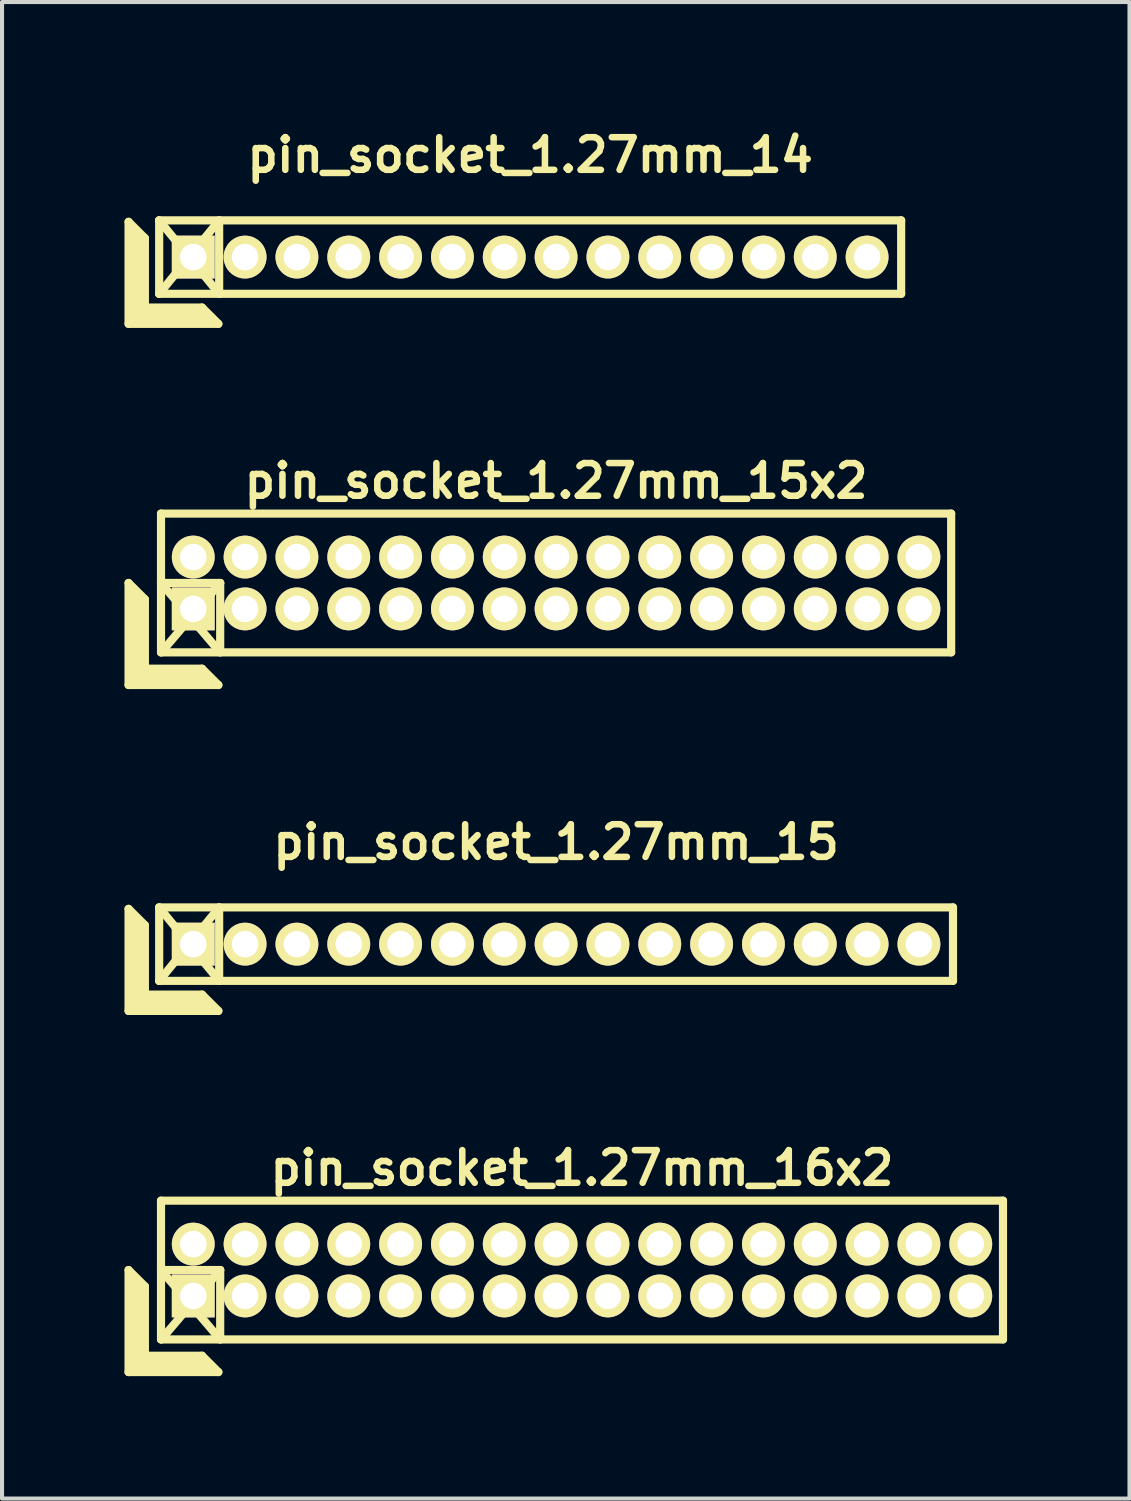
<source format=kicad_pcb>
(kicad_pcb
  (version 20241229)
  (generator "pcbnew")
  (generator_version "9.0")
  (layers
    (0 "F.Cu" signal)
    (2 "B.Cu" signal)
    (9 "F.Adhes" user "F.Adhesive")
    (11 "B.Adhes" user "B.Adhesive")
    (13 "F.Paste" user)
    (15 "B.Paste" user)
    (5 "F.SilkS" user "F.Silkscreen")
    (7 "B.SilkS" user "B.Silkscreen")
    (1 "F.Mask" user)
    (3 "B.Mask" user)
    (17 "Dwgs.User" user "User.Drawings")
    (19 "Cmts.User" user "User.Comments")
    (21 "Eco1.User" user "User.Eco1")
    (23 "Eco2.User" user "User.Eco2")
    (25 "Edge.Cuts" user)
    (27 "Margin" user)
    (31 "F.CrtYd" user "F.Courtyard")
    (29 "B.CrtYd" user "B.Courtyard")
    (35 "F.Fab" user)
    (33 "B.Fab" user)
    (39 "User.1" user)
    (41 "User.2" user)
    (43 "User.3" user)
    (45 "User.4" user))
  (footprint "pin_socket_1.27mm_16x2"
    (layer "F.Cu")
    (at 11.21 28.068)
    (property "Reference" "pin_socket_1.27mm_16x2" (at 0 -2.5 0) (layer "F.SilkS") (effects (font (size 0.8 0.8) (thickness 0.16))))
    (attr through_hole)
    (fp_line (start -11.11 0) (end -11.11 2.5) (stroke (width 0.2) (type solid)) (layer "F.SilkS"))
    (fp_line (start -11.11 0) (end -10.71 0.4) (stroke (width 0.2) (type solid)) (layer "F.SilkS"))
    (fp_line (start -11.11 2.5) (end -8.91 2.5) (stroke (width 0.2) (type solid)) (layer "F.SilkS"))
    (fp_line (start -11.01 2.4) (end -11.01 0.2) (stroke (width 0.2) (type solid)) (layer "F.SilkS"))
    (fp_line (start -11.01 2.4) (end -9.11 2.4) (stroke (width 0.2) (type solid)) (layer "F.SilkS"))
    (fp_line (start -10.91 2.3) (end -10.91 0.3) (stroke (width 0.2) (type solid)) (layer "F.SilkS"))
    (fp_line (start -10.91 2.3) (end -9.21 2.3) (stroke (width 0.2) (type solid)) (layer "F.SilkS"))
    (fp_line (start -10.81 2.2) (end -10.81 0.4) (stroke (width 0.2) (type solid)) (layer "F.SilkS"))
    (fp_line (start -10.81 2.2) (end -9.31 2.2) (stroke (width 0.2) (type solid)) (layer "F.SilkS"))
    (fp_line (start -10.71 2.1) (end -10.71 0.4) (stroke (width 0.2) (type solid)) (layer "F.SilkS"))
    (fp_line (start -10.71 2.1) (end -9.31 2.1) (stroke (width 0.2) (type solid)) (layer "F.SilkS"))
    (fp_line (start -10.315 -1.7) (end 10.315 -1.7) (stroke (width 0.2) (type solid)) (layer "F.SilkS"))
    (fp_line (start -10.315 0) (end -8.865 0) (stroke (width 0.2) (type solid)) (layer "F.SilkS"))
    (fp_line (start -10.315 0) (end -8.865 1.7) (stroke (width 0.2) (type solid)) (layer "F.SilkS"))
    (fp_line (start -10.315 1.7) (end -10.315 -1.7) (stroke (width 0.2) (type solid)) (layer "F.SilkS"))
    (fp_line (start -9.31 2.1) (end -8.91 2.5) (stroke (width 0.2) (type solid)) (layer "F.SilkS"))
    (fp_line (start -8.865 0) (end -10.31 1.7) (stroke (width 0.2) (type solid)) (layer "F.SilkS"))
    (fp_line (start -8.865 0) (end -8.865 1.7) (stroke (width 0.2) (type solid)) (layer "F.SilkS"))
    (fp_line (start 10.315 -1.7) (end 10.315 1.7) (stroke (width 0.2) (type solid)) (layer "F.SilkS"))
    (fp_line (start 10.315 1.7) (end -10.315 1.7) (stroke (width 0.2) (type solid)) (layer "F.SilkS"))
    (pad "1" thru_hole rect (at -9.525 0.635) (size 1.05 1.05) (drill 0.65) (layers "*.Cu" "*.Mask" "F.SilkS"))
    (pad "2" thru_hole oval (at -9.525 -0.635) (size 1.05 1.05) (drill 0.65) (layers "*.Cu" "*.Mask" "F.SilkS"))
    (pad "3" thru_hole oval (at -8.255 0.635) (size 1.05 1.05) (drill 0.65) (layers "*.Cu" "*.Mask" "F.SilkS"))
    (pad "4" thru_hole oval (at -8.255 -0.635) (size 1.05 1.05) (drill 0.65) (layers "*.Cu" "*.Mask" "F.SilkS"))
    (pad "5" thru_hole oval (at -6.985 0.635) (size 1.05 1.05) (drill 0.65) (layers "*.Cu" "*.Mask" "F.SilkS"))
    (pad "6" thru_hole oval (at -6.985 -0.635) (size 1.05 1.05) (drill 0.65) (layers "*.Cu" "*.Mask" "F.SilkS"))
    (pad "7" thru_hole oval (at -5.715 0.635) (size 1.05 1.05) (drill 0.65) (layers "*.Cu" "*.Mask" "F.SilkS"))
    (pad "8" thru_hole oval (at -5.715 -0.635) (size 1.05 1.05) (drill 0.65) (layers "*.Cu" "*.Mask" "F.SilkS"))
    (pad "9" thru_hole oval (at -4.445 0.635) (size 1.05 1.05) (drill 0.65) (layers "*.Cu" "*.Mask" "F.SilkS"))
    (pad "10" thru_hole oval (at -4.445 -0.635) (size 1.05 1.05) (drill 0.65) (layers "*.Cu" "*.Mask" "F.SilkS"))
    (pad "11" thru_hole oval (at -3.175 0.635) (size 1.05 1.05) (drill 0.65) (layers "*.Cu" "*.Mask" "F.SilkS"))
    (pad "12" thru_hole oval (at -3.175 -0.635) (size 1.05 1.05) (drill 0.65) (layers "*.Cu" "*.Mask" "F.SilkS"))
    (pad "13" thru_hole oval (at -1.905 0.635) (size 1.05 1.05) (drill 0.65) (layers "*.Cu" "*.Mask" "F.SilkS"))
    (pad "14" thru_hole oval (at -1.905 -0.635) (size 1.05 1.05) (drill 0.65) (layers "*.Cu" "*.Mask" "F.SilkS"))
    (pad "15" thru_hole oval (at -0.635 0.635) (size 1.05 1.05) (drill 0.65) (layers "*.Cu" "*.Mask" "F.SilkS"))
    (pad "16" thru_hole oval (at -0.635 -0.635) (size 1.05 1.05) (drill 0.65) (layers "*.Cu" "*.Mask" "F.SilkS"))
    (pad "17" thru_hole oval (at 0.635 0.635) (size 1.05 1.05) (drill 0.65) (layers "*.Cu" "*.Mask" "F.SilkS"))
    (pad "18" thru_hole oval (at 0.635 -0.635) (size 1.05 1.05) (drill 0.65) (layers "*.Cu" "*.Mask" "F.SilkS"))
    (pad "19" thru_hole oval (at 1.905 0.635) (size 1.05 1.05) (drill 0.65) (layers "*.Cu" "*.Mask" "F.SilkS"))
    (pad "20" thru_hole oval (at 1.905 -0.635) (size 1.05 1.05) (drill 0.65) (layers "*.Cu" "*.Mask" "F.SilkS"))
    (pad "21" thru_hole oval (at 3.175 0.635) (size 1.05 1.05) (drill 0.65) (layers "*.Cu" "*.Mask" "F.SilkS"))
    (pad "22" thru_hole oval (at 3.175 -0.635) (size 1.05 1.05) (drill 0.65) (layers "*.Cu" "*.Mask" "F.SilkS"))
    (pad "23" thru_hole oval (at 4.445 0.635) (size 1.05 1.05) (drill 0.65) (layers "*.Cu" "*.Mask" "F.SilkS"))
    (pad "24" thru_hole oval (at 4.445 -0.635) (size 1.05 1.05) (drill 0.65) (layers "*.Cu" "*.Mask" "F.SilkS"))
    (pad "25" thru_hole oval (at 5.715 0.635) (size 1.05 1.05) (drill 0.65) (layers "*.Cu" "*.Mask" "F.SilkS"))
    (pad "26" thru_hole oval (at 5.715 -0.635) (size 1.05 1.05) (drill 0.65) (layers "*.Cu" "*.Mask" "F.SilkS"))
    (pad "27" thru_hole oval (at 6.985 0.635) (size 1.05 1.05) (drill 0.65) (layers "*.Cu" "*.Mask" "F.SilkS"))
    (pad "28" thru_hole oval (at 6.985 -0.635) (size 1.05 1.05) (drill 0.65) (layers "*.Cu" "*.Mask" "F.SilkS"))
    (pad "29" thru_hole oval (at 8.255 0.635) (size 1.05 1.05) (drill 0.65) (layers "*.Cu" "*.Mask" "F.SilkS"))
    (pad "30" thru_hole oval (at 8.255 -0.635) (size 1.05 1.05) (drill 0.65) (layers "*.Cu" "*.Mask" "F.SilkS"))
    (pad "31" thru_hole oval (at 9.525 0.635) (size 1.05 1.05) (drill 0.65) (layers "*.Cu" "*.Mask" "F.SilkS"))
    (pad "32" thru_hole oval (at 9.525 -0.635) (size 1.05 1.05) (drill 0.65) (layers "*.Cu" "*.Mask" "F.SilkS")))
  (footprint "pin_socket_1.27mm_15x2"
    (layer "F.Cu")
    (at 10.575 11.234)
    (property "Reference" "pin_socket_1.27mm_15x2" (at 0 -2.5 0) (layer "F.SilkS") (effects (font (size 0.8 0.8) (thickness 0.16))))
    (attr through_hole)
    (fp_line (start -10.475 0) (end -10.475 2.5) (stroke (width 0.2) (type solid)) (layer "F.SilkS"))
    (fp_line (start -10.475 0) (end -10.075 0.4) (stroke (width 0.2) (type solid)) (layer "F.SilkS"))
    (fp_line (start -10.475 2.5) (end -8.275 2.5) (stroke (width 0.2) (type solid)) (layer "F.SilkS"))
    (fp_line (start -10.375 2.4) (end -10.375 0.2) (stroke (width 0.2) (type solid)) (layer "F.SilkS"))
    (fp_line (start -10.375 2.4) (end -8.475 2.4) (stroke (width 0.2) (type solid)) (layer "F.SilkS"))
    (fp_line (start -10.275 2.3) (end -10.275 0.3) (stroke (width 0.2) (type solid)) (layer "F.SilkS"))
    (fp_line (start -10.275 2.3) (end -8.575 2.3) (stroke (width 0.2) (type solid)) (layer "F.SilkS"))
    (fp_line (start -10.175 2.2) (end -10.175 0.4) (stroke (width 0.2) (type solid)) (layer "F.SilkS"))
    (fp_line (start -10.175 2.2) (end -8.675 2.2) (stroke (width 0.2) (type solid)) (layer "F.SilkS"))
    (fp_line (start -10.075 2.1) (end -10.075 0.4) (stroke (width 0.2) (type solid)) (layer "F.SilkS"))
    (fp_line (start -10.075 2.1) (end -8.675 2.1) (stroke (width 0.2) (type solid)) (layer "F.SilkS"))
    (fp_line (start -9.68 -1.7) (end 9.68 -1.7) (stroke (width 0.2) (type solid)) (layer "F.SilkS"))
    (fp_line (start -9.68 0) (end -8.23 0) (stroke (width 0.2) (type solid)) (layer "F.SilkS"))
    (fp_line (start -9.68 0) (end -8.23 1.7) (stroke (width 0.2) (type solid)) (layer "F.SilkS"))
    (fp_line (start -9.68 1.7) (end -9.68 -1.7) (stroke (width 0.2) (type solid)) (layer "F.SilkS"))
    (fp_line (start -8.675 2.1) (end -8.275 2.5) (stroke (width 0.2) (type solid)) (layer "F.SilkS"))
    (fp_line (start -8.23 0) (end -9.675 1.7) (stroke (width 0.2) (type solid)) (layer "F.SilkS"))
    (fp_line (start -8.23 0) (end -8.23 1.7) (stroke (width 0.2) (type solid)) (layer "F.SilkS"))
    (fp_line (start 9.68 -1.7) (end 9.68 1.7) (stroke (width 0.2) (type solid)) (layer "F.SilkS"))
    (fp_line (start 9.68 1.7) (end -9.68 1.7) (stroke (width 0.2) (type solid)) (layer "F.SilkS"))
    (pad "1" thru_hole rect (at -8.89 0.635) (size 1.05 1.05) (drill 0.65) (layers "*.Cu" "*.Mask" "F.SilkS"))
    (pad "2" thru_hole oval (at -8.89 -0.635) (size 1.05 1.05) (drill 0.65) (layers "*.Cu" "*.Mask" "F.SilkS"))
    (pad "3" thru_hole oval (at -7.62 0.635) (size 1.05 1.05) (drill 0.65) (layers "*.Cu" "*.Mask" "F.SilkS"))
    (pad "4" thru_hole oval (at -7.62 -0.635) (size 1.05 1.05) (drill 0.65) (layers "*.Cu" "*.Mask" "F.SilkS"))
    (pad "5" thru_hole oval (at -6.35 0.635) (size 1.05 1.05) (drill 0.65) (layers "*.Cu" "*.Mask" "F.SilkS"))
    (pad "6" thru_hole oval (at -6.35 -0.635) (size 1.05 1.05) (drill 0.65) (layers "*.Cu" "*.Mask" "F.SilkS"))
    (pad "7" thru_hole oval (at -5.08 0.635) (size 1.05 1.05) (drill 0.65) (layers "*.Cu" "*.Mask" "F.SilkS"))
    (pad "8" thru_hole oval (at -5.08 -0.635) (size 1.05 1.05) (drill 0.65) (layers "*.Cu" "*.Mask" "F.SilkS"))
    (pad "9" thru_hole oval (at -3.81 0.635) (size 1.05 1.05) (drill 0.65) (layers "*.Cu" "*.Mask" "F.SilkS"))
    (pad "10" thru_hole oval (at -3.81 -0.635) (size 1.05 1.05) (drill 0.65) (layers "*.Cu" "*.Mask" "F.SilkS"))
    (pad "11" thru_hole oval (at -2.54 0.635) (size 1.05 1.05) (drill 0.65) (layers "*.Cu" "*.Mask" "F.SilkS"))
    (pad "12" thru_hole oval (at -2.54 -0.635) (size 1.05 1.05) (drill 0.65) (layers "*.Cu" "*.Mask" "F.SilkS"))
    (pad "13" thru_hole oval (at -1.27 0.635) (size 1.05 1.05) (drill 0.65) (layers "*.Cu" "*.Mask" "F.SilkS"))
    (pad "14" thru_hole oval (at -1.27 -0.635) (size 1.05 1.05) (drill 0.65) (layers "*.Cu" "*.Mask" "F.SilkS"))
    (pad "15" thru_hole oval (at 0 0.635) (size 1.05 1.05) (drill 0.65) (layers "*.Cu" "*.Mask" "F.SilkS"))
    (pad "16" thru_hole oval (at 0 -0.635) (size 1.05 1.05) (drill 0.65) (layers "*.Cu" "*.Mask" "F.SilkS"))
    (pad "17" thru_hole oval (at 1.27 0.635) (size 1.05 1.05) (drill 0.65) (layers "*.Cu" "*.Mask" "F.SilkS"))
    (pad "18" thru_hole oval (at 1.27 -0.635) (size 1.05 1.05) (drill 0.65) (layers "*.Cu" "*.Mask" "F.SilkS"))
    (pad "19" thru_hole oval (at 2.54 0.635) (size 1.05 1.05) (drill 0.65) (layers "*.Cu" "*.Mask" "F.SilkS"))
    (pad "20" thru_hole oval (at 2.54 -0.635) (size 1.05 1.05) (drill 0.65) (layers "*.Cu" "*.Mask" "F.SilkS"))
    (pad "21" thru_hole oval (at 3.81 0.635) (size 1.05 1.05) (drill 0.65) (layers "*.Cu" "*.Mask" "F.SilkS"))
    (pad "22" thru_hole oval (at 3.81 -0.635) (size 1.05 1.05) (drill 0.65) (layers "*.Cu" "*.Mask" "F.SilkS"))
    (pad "23" thru_hole oval (at 5.08 0.635) (size 1.05 1.05) (drill 0.65) (layers "*.Cu" "*.Mask" "F.SilkS"))
    (pad "24" thru_hole oval (at 5.08 -0.635) (size 1.05 1.05) (drill 0.65) (layers "*.Cu" "*.Mask" "F.SilkS"))
    (pad "25" thru_hole oval (at 6.35 0.635) (size 1.05 1.05) (drill 0.65) (layers "*.Cu" "*.Mask" "F.SilkS"))
    (pad "26" thru_hole oval (at 6.35 -0.635) (size 1.05 1.05) (drill 0.65) (layers "*.Cu" "*.Mask" "F.SilkS"))
    (pad "27" thru_hole oval (at 7.62 0.635) (size 1.05 1.05) (drill 0.65) (layers "*.Cu" "*.Mask" "F.SilkS"))
    (pad "28" thru_hole oval (at 7.62 -0.635) (size 1.05 1.05) (drill 0.65) (layers "*.Cu" "*.Mask" "F.SilkS"))
    (pad "29" thru_hole oval (at 8.89 0.635) (size 1.05 1.05) (drill 0.65) (layers "*.Cu" "*.Mask" "F.SilkS"))
    (pad "30" thru_hole oval (at 8.89 -0.635) (size 1.05 1.05) (drill 0.65) (layers "*.Cu" "*.Mask" "F.SilkS")))
  (footprint "pin_socket_1.27mm_15"
    (layer "F.Cu")
    (at 10.575 20.083)
    (property "Reference" "pin_socket_1.27mm_15" (at 0 -2.5 0) (layer "F.SilkS") (effects (font (size 0.8 0.8) (thickness 0.16))))
    (attr through_hole)
    (fp_line (start -10.475 -0.864) (end -10.475 1.636) (stroke (width 0.2) (type solid)) (layer "F.SilkS"))
    (fp_line (start -10.475 -0.864) (end -10.075 -0.464) (stroke (width 0.2) (type solid)) (layer "F.SilkS"))
    (fp_line (start -10.475 1.636) (end -8.275 1.636) (stroke (width 0.2) (type solid)) (layer "F.SilkS"))
    (fp_line (start -10.375 1.536) (end -10.375 -0.664) (stroke (width 0.2) (type solid)) (layer "F.SilkS"))
    (fp_line (start -10.375 1.536) (end -8.475 1.536) (stroke (width 0.2) (type solid)) (layer "F.SilkS"))
    (fp_line (start -10.275 1.436) (end -10.275 -0.564) (stroke (width 0.2) (type solid)) (layer "F.SilkS"))
    (fp_line (start -10.275 1.436) (end -8.575 1.436) (stroke (width 0.2) (type solid)) (layer "F.SilkS"))
    (fp_line (start -10.175 1.336) (end -10.175 -0.464) (stroke (width 0.2) (type solid)) (layer "F.SilkS"))
    (fp_line (start -10.175 1.336) (end -8.675 1.336) (stroke (width 0.2) (type solid)) (layer "F.SilkS"))
    (fp_line (start -10.075 1.236) (end -10.075 -0.464) (stroke (width 0.2) (type solid)) (layer "F.SilkS"))
    (fp_line (start -10.075 1.236) (end -8.675 1.236) (stroke (width 0.2) (type solid)) (layer "F.SilkS"))
    (fp_line (start -9.725 -0.9) (end -8.255 0.9) (stroke (width 0.2) (type solid)) (layer "F.SilkS"))
    (fp_line (start -9.725 -0.9) (end 9.725 -0.9) (stroke (width 0.2) (type solid)) (layer "F.SilkS"))
    (fp_line (start -9.725 0.9) (end -9.725 -0.9) (stroke (width 0.2) (type solid)) (layer "F.SilkS"))
    (fp_line (start -9.725 0.9) (end -8.255 -0.9) (stroke (width 0.2) (type solid)) (layer "F.SilkS"))
    (fp_line (start -8.675 1.236) (end -8.275 1.636) (stroke (width 0.2) (type solid)) (layer "F.SilkS"))
    (fp_line (start -8.255 -0.9) (end -8.255 0.9) (stroke (width 0.2) (type solid)) (layer "F.SilkS"))
    (fp_line (start 9.725 -0.9) (end 9.725 0.9) (stroke (width 0.2) (type solid)) (layer "F.SilkS"))
    (fp_line (start 9.725 0.9) (end -9.725 0.9) (stroke (width 0.2) (type solid)) (layer "F.SilkS"))
    (pad "1" thru_hole rect (at -8.89 0) (size 1.05 1.05) (drill 0.65) (layers "*.Cu" "*.Mask" "F.SilkS"))
    (pad "2" thru_hole oval (at -7.62 0) (size 1.05 1.05) (drill 0.65) (layers "*.Cu" "*.Mask" "F.SilkS"))
    (pad "3" thru_hole oval (at -6.35 0) (size 1.05 1.05) (drill 0.65) (layers "*.Cu" "*.Mask" "F.SilkS"))
    (pad "4" thru_hole oval (at -5.08 0) (size 1.05 1.05) (drill 0.65) (layers "*.Cu" "*.Mask" "F.SilkS"))
    (pad "5" thru_hole oval (at -3.81 0) (size 1.05 1.05) (drill 0.65) (layers "*.Cu" "*.Mask" "F.SilkS"))
    (pad "6" thru_hole oval (at -2.54 0) (size 1.05 1.05) (drill 0.65) (layers "*.Cu" "*.Mask" "F.SilkS"))
    (pad "7" thru_hole oval (at -1.27 0) (size 1.05 1.05) (drill 0.65) (layers "*.Cu" "*.Mask" "F.SilkS"))
    (pad "8" thru_hole oval (at 0 0) (size 1.05 1.05) (drill 0.65) (layers "*.Cu" "*.Mask" "F.SilkS"))
    (pad "9" thru_hole oval (at 1.27 0) (size 1.05 1.05) (drill 0.65) (layers "*.Cu" "*.Mask" "F.SilkS"))
    (pad "10" thru_hole oval (at 2.54 0) (size 1.05 1.05) (drill 0.65) (layers "*.Cu" "*.Mask" "F.SilkS"))
    (pad "11" thru_hole oval (at 3.81 0) (size 1.05 1.05) (drill 0.65) (layers "*.Cu" "*.Mask" "F.SilkS"))
    (pad "12" thru_hole oval (at 5.08 0) (size 1.05 1.05) (drill 0.65) (layers "*.Cu" "*.Mask" "F.SilkS"))
    (pad "13" thru_hole oval (at 6.35 0) (size 1.05 1.05) (drill 0.65) (layers "*.Cu" "*.Mask" "F.SilkS"))
    (pad "14" thru_hole oval (at 7.62 0) (size 1.05 1.05) (drill 0.65) (layers "*.Cu" "*.Mask" "F.SilkS"))
    (pad "15" thru_hole oval (at 8.89 0) (size 1.05 1.05) (drill 0.65) (layers "*.Cu" "*.Mask" "F.SilkS")))
  (footprint "pin_socket_1.27mm_14"
    (layer "F.Cu")
    (at 9.94 3.249)
    (property "Reference" "pin_socket_1.27mm_14" (at 0 -2.5 0) (layer "F.SilkS") (effects (font (size 0.8 0.8) (thickness 0.16))))
    (attr through_hole)
    (fp_line (start -9.84 -0.864) (end -9.84 1.636) (stroke (width 0.2) (type solid)) (layer "F.SilkS"))
    (fp_line (start -9.84 -0.864) (end -9.44 -0.464) (stroke (width 0.2) (type solid)) (layer "F.SilkS"))
    (fp_line (start -9.84 1.636) (end -7.64 1.636) (stroke (width 0.2) (type solid)) (layer "F.SilkS"))
    (fp_line (start -9.74 1.536) (end -9.74 -0.664) (stroke (width 0.2) (type solid)) (layer "F.SilkS"))
    (fp_line (start -9.74 1.536) (end -7.84 1.536) (stroke (width 0.2) (type solid)) (layer "F.SilkS"))
    (fp_line (start -9.64 1.436) (end -9.64 -0.564) (stroke (width 0.2) (type solid)) (layer "F.SilkS"))
    (fp_line (start -9.64 1.436) (end -7.94 1.436) (stroke (width 0.2) (type solid)) (layer "F.SilkS"))
    (fp_line (start -9.54 1.336) (end -9.54 -0.464) (stroke (width 0.2) (type solid)) (layer "F.SilkS"))
    (fp_line (start -9.54 1.336) (end -8.04 1.336) (stroke (width 0.2) (type solid)) (layer "F.SilkS"))
    (fp_line (start -9.44 1.236) (end -9.44 -0.464) (stroke (width 0.2) (type solid)) (layer "F.SilkS"))
    (fp_line (start -9.44 1.236) (end -8.04 1.236) (stroke (width 0.2) (type solid)) (layer "F.SilkS"))
    (fp_line (start -9.09 -0.9) (end -7.62 0.9) (stroke (width 0.2) (type solid)) (layer "F.SilkS"))
    (fp_line (start -9.09 -0.9) (end 9.09 -0.9) (stroke (width 0.2) (type solid)) (layer "F.SilkS"))
    (fp_line (start -9.09 0.9) (end -9.09 -0.9) (stroke (width 0.2) (type solid)) (layer "F.SilkS"))
    (fp_line (start -9.09 0.9) (end -7.62 -0.9) (stroke (width 0.2) (type solid)) (layer "F.SilkS"))
    (fp_line (start -8.04 1.236) (end -7.64 1.636) (stroke (width 0.2) (type solid)) (layer "F.SilkS"))
    (fp_line (start -7.62 -0.9) (end -7.62 0.9) (stroke (width 0.2) (type solid)) (layer "F.SilkS"))
    (fp_line (start 9.09 -0.9) (end 9.09 0.9) (stroke (width 0.2) (type solid)) (layer "F.SilkS"))
    (fp_line (start 9.09 0.9) (end -9.09 0.9) (stroke (width 0.2) (type solid)) (layer "F.SilkS"))
    (pad "1" thru_hole rect (at -8.255 0) (size 1.05 1.05) (drill 0.65) (layers "*.Cu" "*.Mask" "F.SilkS"))
    (pad "2" thru_hole oval (at -6.985 0) (size 1.05 1.05) (drill 0.65) (layers "*.Cu" "*.Mask" "F.SilkS"))
    (pad "3" thru_hole oval (at -5.715 0) (size 1.05 1.05) (drill 0.65) (layers "*.Cu" "*.Mask" "F.SilkS"))
    (pad "4" thru_hole oval (at -4.445 0) (size 1.05 1.05) (drill 0.65) (layers "*.Cu" "*.Mask" "F.SilkS"))
    (pad "5" thru_hole oval (at -3.175 0) (size 1.05 1.05) (drill 0.65) (layers "*.Cu" "*.Mask" "F.SilkS"))
    (pad "6" thru_hole oval (at -1.905 0) (size 1.05 1.05) (drill 0.65) (layers "*.Cu" "*.Mask" "F.SilkS"))
    (pad "7" thru_hole oval (at -0.635 0) (size 1.05 1.05) (drill 0.65) (layers "*.Cu" "*.Mask" "F.SilkS"))
    (pad "8" thru_hole oval (at 0.635 0) (size 1.05 1.05) (drill 0.65) (layers "*.Cu" "*.Mask" "F.SilkS"))
    (pad "9" thru_hole oval (at 1.905 0) (size 1.05 1.05) (drill 0.65) (layers "*.Cu" "*.Mask" "F.SilkS"))
    (pad "10" thru_hole oval (at 3.175 0) (size 1.05 1.05) (drill 0.65) (layers "*.Cu" "*.Mask" "F.SilkS"))
    (pad "11" thru_hole oval (at 4.445 0) (size 1.05 1.05) (drill 0.65) (layers "*.Cu" "*.Mask" "F.SilkS"))
    (pad "12" thru_hole oval (at 5.715 0) (size 1.05 1.05) (drill 0.65) (layers "*.Cu" "*.Mask" "F.SilkS"))
    (pad "13" thru_hole oval (at 6.985 0) (size 1.05 1.05) (drill 0.65) (layers "*.Cu" "*.Mask" "F.SilkS"))
    (pad "14" thru_hole oval (at 8.255 0) (size 1.05 1.05) (drill 0.65) (layers "*.Cu" "*.Mask" "F.SilkS")))
  (gr_rect
    (start -3 -3)
    (end 24.625 33.668)
    (stroke (width 0.1) (type default))
    (fill no)
    (layer "Edge.Cuts")))
</source>
